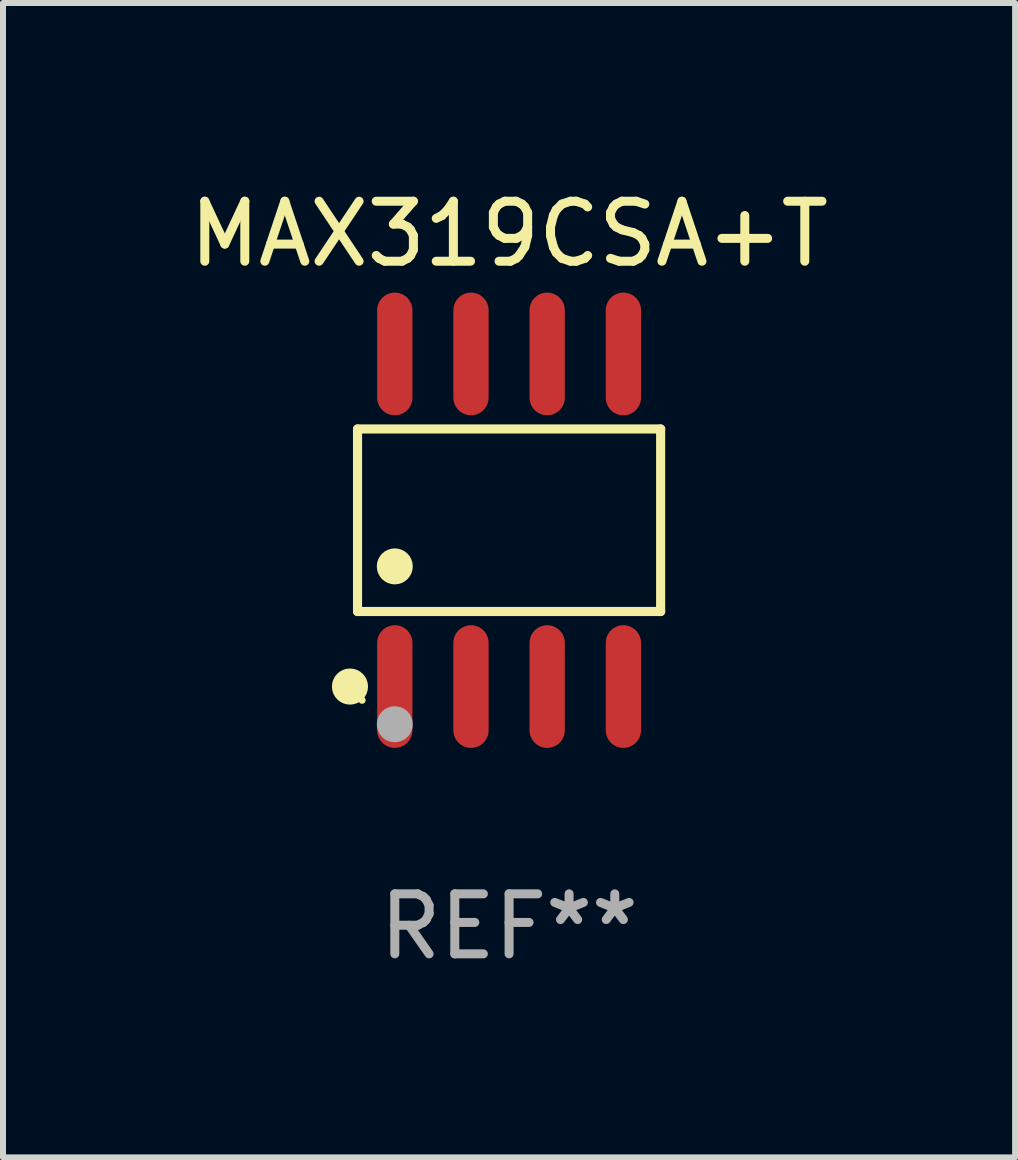
<source format=kicad_pcb>
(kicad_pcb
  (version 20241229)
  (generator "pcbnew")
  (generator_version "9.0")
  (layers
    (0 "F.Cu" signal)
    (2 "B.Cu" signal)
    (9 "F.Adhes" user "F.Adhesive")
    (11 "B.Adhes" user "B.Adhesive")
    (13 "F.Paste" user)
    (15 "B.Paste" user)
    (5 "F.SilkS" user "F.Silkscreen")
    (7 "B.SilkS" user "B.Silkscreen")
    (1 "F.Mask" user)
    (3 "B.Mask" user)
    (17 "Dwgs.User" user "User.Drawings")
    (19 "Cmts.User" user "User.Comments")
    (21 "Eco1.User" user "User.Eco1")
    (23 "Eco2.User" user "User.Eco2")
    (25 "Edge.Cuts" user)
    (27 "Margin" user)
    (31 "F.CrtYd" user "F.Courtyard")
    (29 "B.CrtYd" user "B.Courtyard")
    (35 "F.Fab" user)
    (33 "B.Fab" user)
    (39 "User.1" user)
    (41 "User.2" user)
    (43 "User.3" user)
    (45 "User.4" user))
  (footprint "MAX319CSA+T"
    (layer "F.Cu")
    (at 5.435 5.621)
    (property "Reference" "MAX319CSA+T" (at 0 -4.772 0) (layer "F.SilkS") (effects (font (size 1 1) (thickness 0.15))))
    (attr through_hole)
    (fp_line (start -2.526 -1.521) (end 2.526 -1.521) (stroke (width 0.152) (type solid)) (layer "F.SilkS"))
    (fp_line (start -2.526 1.521) (end -2.526 -1.521) (stroke (width 0.152) (type solid)) (layer "F.SilkS"))
    (fp_line (start 2.526 -1.521) (end 2.526 1.521) (stroke (width 0.152) (type solid)) (layer "F.SilkS"))
    (fp_line (start 2.526 1.521) (end -2.526 1.521) (stroke (width 0.152) (type solid)) (layer "F.SilkS"))
    (fp_circle (center -2.652 2.772) (end -2.501 2.772) (stroke (width 0.3) (type solid)) (fill no) (layer "F.SilkS"))
    (fp_circle (center -2.45 3) (end -2.42 3) (stroke (width 0.06) (type solid)) (fill no) (layer "F.SilkS"))
    (fp_circle (center -1.905 0.769) (end -1.755 0.769) (stroke (width 0.3) (type solid)) (fill no) (layer "F.SilkS"))
    (fp_circle (center -1.905 3.4) (end -1.755 3.4) (stroke (width 0.3) (type solid)) (fill no) (layer "F.Fab"))
    (fp_text user "REF**" (at 0 6.772 0) (layer "F.Fab") (effects (font (size 1 1) (thickness 0.15))))
    (pad "1" smd oval (at -1.905 2.772) (size 0.588 2.045) (layers "F.Cu" "F.Mask" "F.Paste"))
    (pad "2" smd oval (at -0.635 2.772) (size 0.588 2.045) (layers "F.Cu" "F.Mask" "F.Paste"))
    (pad "3" smd oval (at 0.635 2.772) (size 0.588 2.045) (layers "F.Cu" "F.Mask" "F.Paste"))
    (pad "4" smd oval (at 1.905 2.772) (size 0.588 2.045) (layers "F.Cu" "F.Mask" "F.Paste"))
    (pad "5" smd oval (at 1.905 -2.772) (size 0.588 2.045) (layers "F.Cu" "F.Mask" "F.Paste"))
    (pad "6" smd oval (at 0.635 -2.772) (size 0.588 2.045) (layers "F.Cu" "F.Mask" "F.Paste"))
    (pad "7" smd oval (at -0.635 -2.772) (size 0.588 2.045) (layers "F.Cu" "F.Mask" "F.Paste"))
    (pad "8" smd oval (at -1.905 -2.772) (size 0.588 2.045) (layers "F.Cu" "F.Mask" "F.Paste")))
  (gr_rect
    (start -3 -3)
    (end 13.869 16.241)
    (stroke (width 0.1) (type default))
    (fill no)
    (layer "Edge.Cuts")))
</source>
